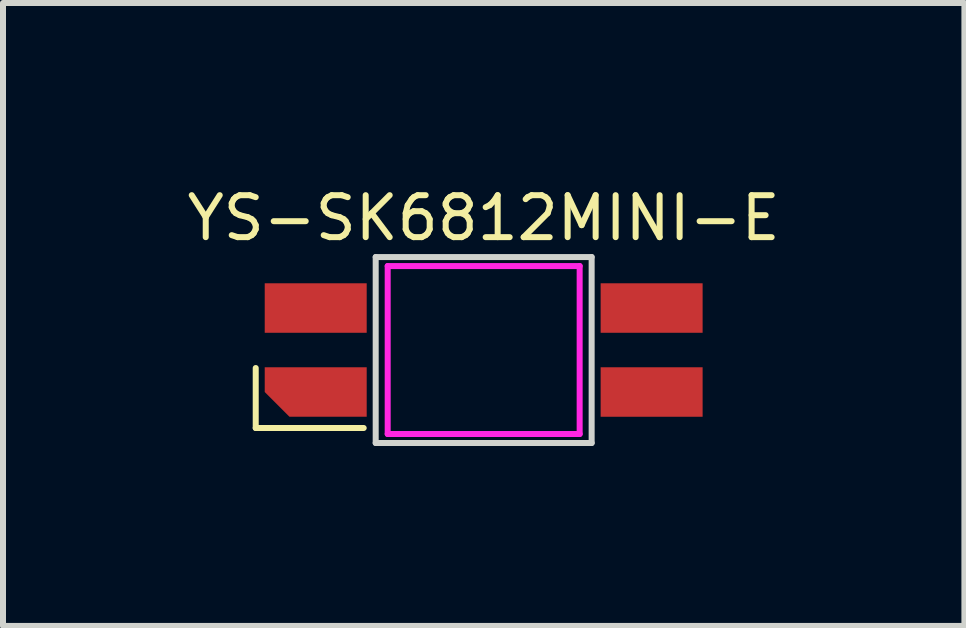
<source format=kicad_pcb>
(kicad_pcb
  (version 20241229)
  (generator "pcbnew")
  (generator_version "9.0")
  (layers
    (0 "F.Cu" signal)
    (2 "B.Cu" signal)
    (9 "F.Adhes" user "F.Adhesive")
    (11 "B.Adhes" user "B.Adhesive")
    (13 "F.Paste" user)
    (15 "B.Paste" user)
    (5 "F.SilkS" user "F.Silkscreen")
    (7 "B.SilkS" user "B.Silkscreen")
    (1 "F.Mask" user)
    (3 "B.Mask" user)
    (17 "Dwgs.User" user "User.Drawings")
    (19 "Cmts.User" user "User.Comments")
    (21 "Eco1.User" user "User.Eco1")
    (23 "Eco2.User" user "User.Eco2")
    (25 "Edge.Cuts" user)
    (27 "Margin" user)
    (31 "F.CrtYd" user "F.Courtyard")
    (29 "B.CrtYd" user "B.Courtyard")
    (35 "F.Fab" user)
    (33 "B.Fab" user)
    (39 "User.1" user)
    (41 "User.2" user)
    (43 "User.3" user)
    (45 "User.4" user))
  (footprint "YS-SK6812MINI-E"
    (layer "F.Cu")
    (at 5.013 2.785)
    (property "Reference" "YS-SK6812MINI-E" (at 0 -2.2 0) (layer "F.SilkS") (effects (font (size 0.7 0.7) (thickness 0.1))))
    (attr smd)
    (fp_line (start -3.8 1.3) (end -3.8 0.3) (stroke (width 0.1) (type default)) (layer "F.SilkS"))
    (fp_line (start -2 1.3) (end -3.8 1.3) (stroke (width 0.1) (type default)) (layer "F.SilkS"))
    (fp_line (start -1.8 -1.55) (end -1.8 1.55) (stroke (width 0.1) (type solid)) (layer "Edge.Cuts"))
    (fp_line (start -1.8 1.55) (end 1.8 1.55) (stroke (width 0.1) (type solid)) (layer "Edge.Cuts"))
    (fp_line (start 1.8 -1.55) (end -1.8 -1.55) (stroke (width 0.1) (type solid)) (layer "Edge.Cuts"))
    (fp_line (start 1.8 1.55) (end 1.8 -1.55) (stroke (width 0.1) (type solid)) (layer "Edge.Cuts"))
    (fp_line (start -1.6 -1.4) (end -1.6 1.4) (stroke (width 0.1) (type solid)) (layer "F.CrtYd"))
    (fp_line (start -1.6 -1.4) (end 1.6 -1.4) (stroke (width 0.1) (type solid)) (layer "F.CrtYd"))
    (fp_line (start -1.6 1.4) (end 1.6 1.4) (stroke (width 0.1) (type solid)) (layer "F.CrtYd"))
    (fp_line (start 1.6 -1.4) (end 1.6 1.4) (stroke (width 0.1) (type solid)) (layer "F.CrtYd"))
    (pad "1" smd rect (at 2.8 -0.7) (size 1.7 0.825) (layers "F.Cu" "F.Mask" "F.Paste"))
    (pad "2" smd rect (at 2.8 0.7) (size 1.7 0.825) (layers "F.Cu" "F.Mask" "F.Paste"))
    (pad "3" smd roundrect (at -2.8 0.7) (size 1.7 0.825) (layers "F.Cu" "F.Mask" "F.Paste") (roundrect_rratio 0) (chamfer_ratio 0.5) (chamfer bottom_left))
    (pad "4" smd rect (at -2.8 -0.7) (size 1.7 0.825) (layers "F.Cu" "F.Mask" "F.Paste")))
  (gr_rect
    (start -3 -3)
    (end 13.027 7.385)
    (stroke (width 0.1) (type default))
    (fill no)
    (layer "Edge.Cuts")))
</source>
